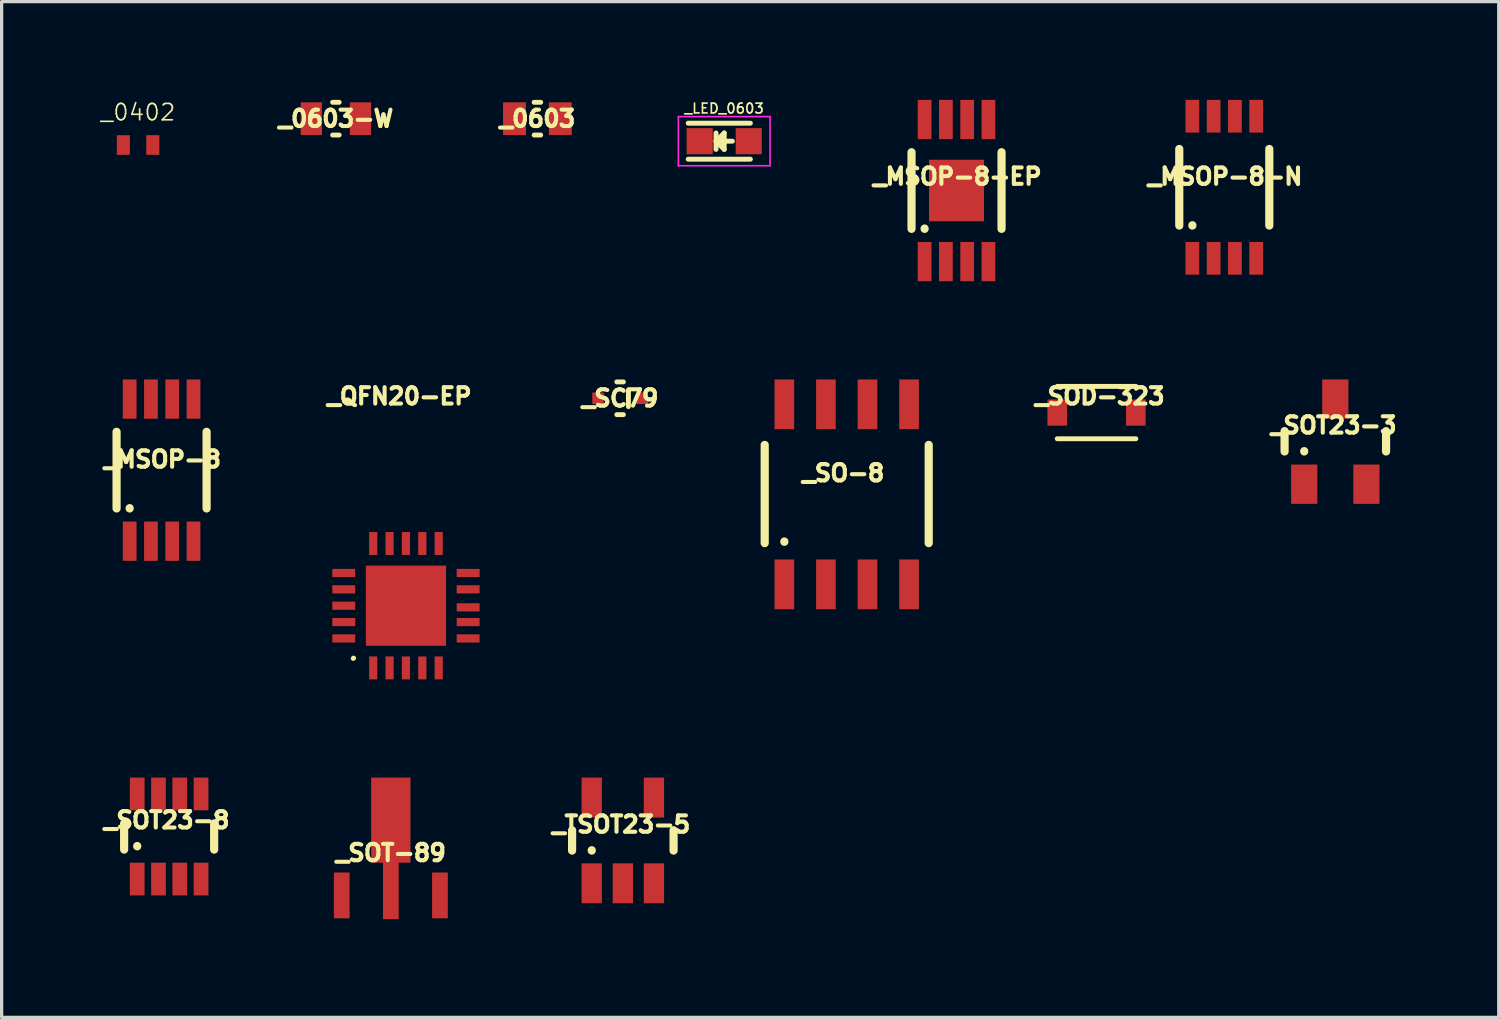
<source format=kicad_pcb>
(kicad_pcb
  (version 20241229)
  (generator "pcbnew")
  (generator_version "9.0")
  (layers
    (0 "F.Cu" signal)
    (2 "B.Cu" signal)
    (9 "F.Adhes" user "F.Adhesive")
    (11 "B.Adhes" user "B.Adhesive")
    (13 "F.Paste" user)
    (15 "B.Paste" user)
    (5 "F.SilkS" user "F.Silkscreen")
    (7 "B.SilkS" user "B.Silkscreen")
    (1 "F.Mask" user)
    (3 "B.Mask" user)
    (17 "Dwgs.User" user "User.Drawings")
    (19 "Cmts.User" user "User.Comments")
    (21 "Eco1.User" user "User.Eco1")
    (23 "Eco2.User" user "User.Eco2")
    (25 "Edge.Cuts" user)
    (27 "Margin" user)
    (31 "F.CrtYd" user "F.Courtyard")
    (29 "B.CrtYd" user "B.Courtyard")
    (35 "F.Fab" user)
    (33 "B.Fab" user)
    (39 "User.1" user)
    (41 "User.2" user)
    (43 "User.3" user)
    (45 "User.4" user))
  (footprint "_LED_0603"
    (layer "F.Cu")
    (at 19.073 1.263)
    (property "Reference" "_LED_0603" (at 0 -1 0) (layer "F.SilkS") (effects (font (size 0.3 0.3) (thickness 0.05))))
    (attr smd)
    (fp_line (start -1.1 -0.55) (end 0.8 -0.55) (stroke (width 0.15) (type solid)) (layer "F.SilkS"))
    (fp_line (start -1.1 0.55) (end 0.8 0.55) (stroke (width 0.15) (type solid)) (layer "F.SilkS"))
    (fp_line (start -0.25 -0.25) (end -0.25 0.25) (stroke (width 0.15) (type solid)) (layer "F.SilkS"))
    (fp_line (start -0.25 0) (end 0 -0.25) (stroke (width 0.15) (type solid)) (layer "F.SilkS"))
    (fp_line (start -0.2 0) (end 0.25 0) (stroke (width 0.15) (type solid)) (layer "F.SilkS"))
    (fp_line (start 0 -0.25) (end 0 0.25) (stroke (width 0.15) (type solid)) (layer "F.SilkS"))
    (fp_line (start 0 0.25) (end -0.25 0) (stroke (width 0.15) (type solid)) (layer "F.SilkS"))
    (fp_line (start -1.4 -0.75) (end 1.4 -0.75) (stroke (width 0.05) (type solid)) (layer "F.CrtYd"))
    (fp_line (start -1.4 0.75) (end -1.4 -0.75) (stroke (width 0.05) (type solid)) (layer "F.CrtYd"))
    (fp_line (start 1.4 -0.75) (end 1.4 0.75) (stroke (width 0.05) (type solid)) (layer "F.CrtYd"))
    (fp_line (start 1.4 0.75) (end -1.4 0.75) (stroke (width 0.05) (type solid)) (layer "F.CrtYd"))
    (pad "1" smd rect (at -0.749 0 180) (size 0.798 0.798) (layers "F.Cu" "F.Mask" "F.Paste"))
    (pad "2" smd rect (at 0.749 0 180) (size 0.798 0.798) (layers "F.Cu" "F.Mask" "F.Paste")))
  (footprint "_SOT-89"
    (layer "F.Cu")
    (at 8.889 23.603)
    (property "Reference" "_SOT-89" (at 0 -0.6 0) (layer "F.SilkS") (effects (font (size 0.5 0.5) (thickness 0.125))))
    (attr through_hole)
    (pad "1" smd rect (at -1.5 0.7) (size 0.48 1.4) (layers "F.Cu" "F.Mask" "F.Paste"))
    (pad "2" smd rect (at 0 -1.6) (size 1.2 2.6) (layers "F.Cu" "F.Mask" "F.Paste"))
    (pad "2" smd rect (at 0 -0.7) (size 0.48 4.25) (layers "F.Cu" "F.Mask" "F.Paste"))
    (pad "3" smd rect (at 1.5 0.7) (size 0.48 1.4) (layers "F.Cu" "F.Mask" "F.Paste")))
  (footprint "_0402"
    (layer "F.Cu")
    (at 1.168 1.38)
    (property "Reference" "_0402" (at 0 -1 0) (layer "F.SilkS") (effects (font (size 0.5 0.5) (thickness 0.05))))
    (attr through_hole)
    (pad "1" smd rect (at -0.45 0) (size 0.4 0.6) (layers "F.Cu" "F.Mask" "F.Paste"))
    (pad "2" smd rect (at 0.45 0) (size 0.4 0.6) (layers "F.Cu" "F.Mask" "F.Paste")))
  (footprint "_SC79"
    (layer "F.Cu")
    (at 15.893 9.116)
    (property "Reference" "_SC79" (at 0 0 0) (layer "F.SilkS") (effects (font (size 0.5 0.5) (thickness 0.125))))
    (attr through_hole)
    (fp_line (start 0.1 -0.5) (end -0.1 -0.5) (stroke (width 0.15) (type solid)) (layer "F.SilkS"))
    (fp_line (start 0.1 0.5) (end -0.1 0.5) (stroke (width 0.15) (type solid)) (layer "F.SilkS"))
    (fp_line (start 0.254 -0.254) (end 0.254 0.254) (stroke (width 0.15) (type solid)) (layer "F.SilkS"))
    (pad "1" smd rect (at -0.675 0) (size 0.35 0.35) (layers "F.Cu" "F.Mask" "F.Paste"))
    (pad "2" smd rect (at 0.675 0) (size 0.35 0.35) (layers "F.Cu" "F.Mask" "F.Paste")))
  (footprint "_0603"
    (layer "F.Cu")
    (at 13.367 0.575)
    (property "Reference" "_0603" (at 0 0 0) (layer "F.SilkS") (effects (font (size 0.5 0.5) (thickness 0.125))))
    (attr through_hole)
    (fp_line (start 0.1 -0.5) (end -0.1 -0.5) (stroke (width 0.15) (type solid)) (layer "F.SilkS"))
    (fp_line (start 0.1 0.5) (end -0.1 0.5) (stroke (width 0.15) (type solid)) (layer "F.SilkS"))
    (pad "1" smd rect (at -0.7 0) (size 0.7 1) (layers "F.Cu" "F.Mask" "F.Paste"))
    (pad "2" smd rect (at 0.7 0) (size 0.7 1) (layers "F.Cu" "F.Mask" "F.Paste")))
  (footprint "_0603-W"
    (layer "F.Cu")
    (at 7.211 0.575)
    (property "Reference" "_0603-W" (at 0 0 0) (layer "F.SilkS") (effects (font (size 0.5 0.5) (thickness 0.125))))
    (attr through_hole)
    (fp_line (start 0.1 -0.5) (end -0.1 -0.5) (stroke (width 0.15) (type solid)) (layer "F.SilkS"))
    (fp_line (start 0.1 0.5) (end -0.1 0.5) (stroke (width 0.15) (type solid)) (layer "F.SilkS"))
    (pad "1" smd rect (at -0.75 0) (size 0.65 1) (layers "F.Cu" "F.Mask" "F.Paste"))
    (pad "2" smd rect (at 0.75 0) (size 0.65 1) (layers "F.Cu" "F.Mask" "F.Paste")))
  (footprint "_MSOP-8-N"
    (layer "F.Cu")
    (at 33.374 4.841)
    (property "Reference" "_MSOP-8-N" (at 1 -2.5 0) (layer "F.SilkS") (effects (font (size 0.5 0.5) (thickness 0.125))))
    (attr through_hole)
    (fp_line (start -0.4 -3.341) (end -0.4 -1) (stroke (width 0.25) (type solid)) (layer "F.SilkS"))
    (fp_line (start 0 -1) (end 0 -1.01) (stroke (width 0.25) (type solid)) (layer "F.SilkS"))
    (fp_line (start 2.35 -3.341) (end 2.35 -1) (stroke (width 0.25) (type solid)) (layer "F.SilkS"))
    (pad "1" smd rect (at 0 0) (size 0.42 1) (layers "F.Cu" "F.Mask" "F.Paste"))
    (pad "2" smd rect (at 0.65 0) (size 0.42 1) (layers "F.Cu" "F.Mask" "F.Paste"))
    (pad "3" smd rect (at 1.3 0) (size 0.42 1) (layers "F.Cu" "F.Mask" "F.Paste"))
    (pad "4" smd rect (at 1.95 0) (size 0.42 1) (layers "F.Cu" "F.Mask" "F.Paste"))
    (pad "5" smd rect (at 1.95 -4.341) (size 0.42 1) (layers "F.Cu" "F.Mask" "F.Paste"))
    (pad "6" smd rect (at 1.3 -4.341) (size 0.42 1) (layers "F.Cu" "F.Mask" "F.Paste"))
    (pad "7" smd rect (at 0.65 -4.341) (size 0.42 1) (layers "F.Cu" "F.Mask" "F.Paste"))
    (pad "8" smd rect (at 0 -4.341) (size 0.42 1) (layers "F.Cu" "F.Mask" "F.Paste")))
  (footprint "_MSOP-8"
    (layer "F.Cu")
    (at 0.911 13.482)
    (property "Reference" "_MSOP-8" (at 1 -2.5 0) (layer "F.SilkS") (effects (font (size 0.5 0.5) (thickness 0.125))))
    (attr through_hole)
    (fp_line (start -0.4 -3.341) (end -0.4 -1) (stroke (width 0.25) (type solid)) (layer "F.SilkS"))
    (fp_line (start 0 -1) (end 0 -1.01) (stroke (width 0.25) (type solid)) (layer "F.SilkS"))
    (fp_line (start 2.35 -3.341) (end 2.35 -1) (stroke (width 0.25) (type solid)) (layer "F.SilkS"))
    (pad "1" smd rect (at 0 0) (size 0.42 1.2) (layers "F.Cu" "F.Mask" "F.Paste"))
    (pad "2" smd rect (at 0.65 0) (size 0.42 1.2) (layers "F.Cu" "F.Mask" "F.Paste"))
    (pad "3" smd rect (at 1.3 0) (size 0.42 1.2) (layers "F.Cu" "F.Mask" "F.Paste"))
    (pad "4" smd rect (at 1.95 0) (size 0.42 1.2) (layers "F.Cu" "F.Mask" "F.Paste"))
    (pad "5" smd rect (at 1.95 -4.341) (size 0.42 1.2) (layers "F.Cu" "F.Mask" "F.Paste"))
    (pad "6" smd rect (at 1.3 -4.341) (size 0.42 1.2) (layers "F.Cu" "F.Mask" "F.Paste"))
    (pad "7" smd rect (at 0.65 -4.341) (size 0.42 1.2) (layers "F.Cu" "F.Mask" "F.Paste"))
    (pad "8" smd rect (at 0 -4.341) (size 0.42 1.2) (layers "F.Cu" "F.Mask" "F.Paste")))
  (footprint "_TSOT23-5"
    (layer "F.Cu")
    (at 15.026 23.933)
    (property "Reference" "_TSOT23-5" (at 0.9 -1.8 0) (layer "F.SilkS") (effects (font (size 0.5 0.5) (thickness 0.125))))
    (attr through_hole)
    (fp_line (start -0.6 -1.62) (end -0.6 -1) (stroke (width 0.25) (type solid)) (layer "F.SilkS"))
    (fp_line (start 0 -1.01) (end 0 -1) (stroke (width 0.25) (type solid)) (layer "F.SilkS"))
    (fp_line (start 2.5 -1.62) (end 2.5 -1) (stroke (width 0.25) (type solid)) (layer "F.SilkS"))
    (pad "1" smd rect (at 0 0) (size 0.62 1.22) (layers "F.Cu" "F.Mask" "F.Paste"))
    (pad "2" smd rect (at 0.95 0) (size 0.62 1.22) (layers "F.Cu" "F.Mask" "F.Paste"))
    (pad "3" smd rect (at 1.9 0) (size 0.62 1.22) (layers "F.Cu" "F.Mask" "F.Paste"))
    (pad "4" smd rect (at 1.9 -2.62) (size 0.62 1.22) (layers "F.Cu" "F.Mask" "F.Paste"))
    (pad "5" smd rect (at 0 -2.62) (size 0.62 1.22) (layers "F.Cu" "F.Mask" "F.Paste")))
  (footprint "_SOT23-3"
    (layer "F.Cu")
    (at 36.791 11.741)
    (property "Reference" "_SOT23-3" (at 0.9 -1.8 0) (layer "F.SilkS") (effects (font (size 0.5 0.5) (thickness 0.125))))
    (attr through_hole)
    (fp_line (start -0.6 -1.62) (end -0.6 -1) (stroke (width 0.25) (type solid)) (layer "F.SilkS"))
    (fp_line (start 0 -1.01) (end 0 -1) (stroke (width 0.25) (type solid)) (layer "F.SilkS"))
    (fp_line (start 2.5 -1.62) (end 2.5 -1) (stroke (width 0.25) (type solid)) (layer "F.SilkS"))
    (pad "1" smd rect (at 0 0) (size 0.8 1.2) (layers "F.Cu" "F.Mask" "F.Paste"))
    (pad "2" smd rect (at 0.95 -2.6) (size 0.8 1.2) (layers "F.Cu" "F.Mask" "F.Paste"))
    (pad "3" smd rect (at 1.9 0) (size 0.8 1.2) (layers "F.Cu" "F.Mask" "F.Paste")))
  (footprint "_SO-8"
    (layer "F.Cu")
    (at 20.91 14.801)
    (property "Reference" "_SO-8" (at 1.8 -3.4 0) (layer "F.SilkS") (effects (font (size 0.5 0.5) (thickness 0.125))))
    (attr through_hole)
    (fp_line (start -0.6 -4.26) (end -0.6 -1.26) (stroke (width 0.25) (type solid)) (layer "F.SilkS"))
    (fp_line (start 0 -1.31) (end 0 -1.3) (stroke (width 0.25) (type solid)) (layer "F.SilkS"))
    (fp_line (start 4.41 -4.26) (end 4.41 -1.26) (stroke (width 0.25) (type solid)) (layer "F.SilkS"))
    (pad "1" smd rect (at 0 0) (size 0.6 1.52) (layers "F.Cu" "F.Mask" "F.Paste"))
    (pad "2" smd rect (at 1.27 0) (size 0.6 1.52) (layers "F.Cu" "F.Mask" "F.Paste"))
    (pad "3" smd rect (at 2.54 0) (size 0.6 1.52) (layers "F.Cu" "F.Mask" "F.Paste"))
    (pad "4" smd rect (at 3.81 0) (size 0.6 1.52) (layers "F.Cu" "F.Mask" "F.Paste"))
    (pad "5" smd rect (at 3.81 -5.5) (size 0.6 1.52) (layers "F.Cu" "F.Mask" "F.Paste"))
    (pad "6" smd rect (at 2.54 -5.5) (size 0.6 1.52) (layers "F.Cu" "F.Mask" "F.Paste"))
    (pad "7" smd rect (at 1.27 -5.5) (size 0.6 1.52) (layers "F.Cu" "F.Mask" "F.Paste"))
    (pad "8" smd rect (at 0 -5.5) (size 0.6 1.52) (layers "F.Cu" "F.Mask" "F.Paste")))
  (footprint "_QFN20-EP"
    (layer "F.Cu")
    (at 9.351 15.453)
    (property "Reference" "_QFN20-EP" (at -0.2 -6.4 0) (layer "F.SilkS") (effects (font (size 0.5 0.5) (thickness 0.125))))
    (attr through_hole)
    (fp_line (start -1.6 1.6) (end -1.61 1.61) (stroke (width 0.15) (type solid)) (layer "F.SilkS"))
    (pad "1" smd rect (at -1 1.9) (size 0.25 0.7) (layers "F.Cu" "F.Mask" "F.Paste"))
    (pad "2" smd rect (at -0.5 1.9) (size 0.25 0.7) (layers "F.Cu" "F.Mask" "F.Paste"))
    (pad "3" smd rect (at 0 1.9) (size 0.25 0.7) (layers "F.Cu" "F.Mask" "F.Paste"))
    (pad "4" smd rect (at 0.5 1.9) (size 0.25 0.7) (layers "F.Cu" "F.Mask" "F.Paste"))
    (pad "5" smd rect (at 1 1.9) (size 0.25 0.7) (layers "F.Cu" "F.Mask" "F.Paste"))
    (pad "6" smd rect (at 1.9 1 90) (size 0.25 0.7) (layers "F.Cu" "F.Mask" "F.Paste"))
    (pad "7" smd rect (at 1.9 0.5 90) (size 0.25 0.7) (layers "F.Cu" "F.Mask" "F.Paste"))
    (pad "8" smd rect (at 1.9 0.05 90) (size 0.25 0.7) (layers "F.Cu" "F.Mask" "F.Paste"))
    (pad "9" smd rect (at 1.9 -0.5 90) (size 0.25 0.7) (layers "F.Cu" "F.Mask" "F.Paste"))
    (pad "10" smd rect (at 1.9 -1 90) (size 0.25 0.7) (layers "F.Cu" "F.Mask" "F.Paste"))
    (pad "11" smd rect (at 1 -1.9) (size 0.25 0.7) (layers "F.Cu" "F.Mask" "F.Paste"))
    (pad "12" smd rect (at 0.5 -1.9) (size 0.25 0.7) (layers "F.Cu" "F.Mask" "F.Paste"))
    (pad "13" smd rect (at 0 -1.9) (size 0.25 0.7) (layers "F.Cu" "F.Mask" "F.Paste"))
    (pad "14" smd rect (at -0.5 -1.9) (size 0.25 0.7) (layers "F.Cu" "F.Mask" "F.Paste"))
    (pad "15" smd rect (at -1 -1.9) (size 0.25 0.7) (layers "F.Cu" "F.Mask" "F.Paste"))
    (pad "16" smd rect (at -1.9 -1 90) (size 0.25 0.7) (layers "F.Cu" "F.Mask" "F.Paste"))
    (pad "17" smd rect (at -1.9 -0.5 90) (size 0.25 0.7) (layers "F.Cu" "F.Mask" "F.Paste"))
    (pad "18" smd rect (at -1.9 0 90) (size 0.25 0.7) (layers "F.Cu" "F.Mask" "F.Paste"))
    (pad "19" smd rect (at -1.9 0.5 90) (size 0.25 0.7) (layers "F.Cu" "F.Mask" "F.Paste"))
    (pad "20" smd rect (at -1.9 1 90) (size 0.25 0.7) (layers "F.Cu" "F.Mask" "F.Paste"))
    (pad "21" smd rect (at 0 0) (size 2.45 2.45) (layers "F.Cu" "F.Mask" "F.Paste")))
  (footprint "_SOT23-8"
    (layer "F.Cu")
    (at 1.142 23.803)
    (property "Reference" "_SOT23-8" (at 0.9 -1.8 0) (layer "F.SilkS") (effects (font (size 0.5 0.5) (thickness 0.125))))
    (attr through_hole)
    (fp_line (start -0.4 -1.7) (end -0.4 -0.9) (stroke (width 0.25) (type solid)) (layer "F.SilkS"))
    (fp_line (start 0 -1) (end 0 -1.01) (stroke (width 0.25) (type solid)) (layer "F.SilkS"))
    (fp_line (start 2.35 -1.7) (end 2.35 -0.9) (stroke (width 0.25) (type solid)) (layer "F.SilkS"))
    (pad "1" smd rect (at 0 0) (size 0.45 1) (layers "F.Cu" "F.Mask" "F.Paste"))
    (pad "2" smd rect (at 0.65 0) (size 0.45 1) (layers "F.Cu" "F.Mask" "F.Paste"))
    (pad "3" smd rect (at 1.3 0) (size 0.45 1) (layers "F.Cu" "F.Mask" "F.Paste"))
    (pad "4" smd rect (at 1.95 0) (size 0.45 1) (layers "F.Cu" "F.Mask" "F.Paste"))
    (pad "5" smd rect (at 1.95 -2.6) (size 0.45 1) (layers "F.Cu" "F.Mask" "F.Paste"))
    (pad "6" smd rect (at 1.3 -2.6) (size 0.45 1) (layers "F.Cu" "F.Mask" "F.Paste"))
    (pad "7" smd rect (at 0.65 -2.6) (size 0.45 1) (layers "F.Cu" "F.Mask" "F.Paste"))
    (pad "8" smd rect (at 0 -2.6) (size 0.45 1) (layers "F.Cu" "F.Mask" "F.Paste")))
  (footprint "_SOD-323"
    (layer "F.Cu")
    (at 30.447 9.553)
    (property "Reference" "_SOD-323" (at 0.1 -0.5 0) (layer "F.SilkS") (effects (font (size 0.5 0.5) (thickness 0.125))))
    (attr through_hole)
    (fp_line (start -1.2 -0.8) (end 1.2 -0.8) (stroke (width 0.15) (type solid)) (layer "F.SilkS"))
    (fp_line (start 1.2 0.8) (end -1.2 0.8) (stroke (width 0.15) (type solid)) (layer "F.SilkS"))
    (pad "1" smd rect (at -1.2 0) (size 0.6 0.8) (layers "F.Cu" "F.Mask" "F.Paste"))
    (pad "2" smd rect (at 1.2 0) (size 0.6 0.8) (layers "F.Cu" "F.Mask" "F.Paste")))
  (footprint "_MSOP-8-EP"
    (layer "F.Cu")
    (at 25.195 4.941)
    (property "Reference" "_MSOP-8-EP" (at 1 -2.6 0) (layer "F.SilkS") (effects (font (size 0.5 0.5) (thickness 0.125))))
    (attr through_hole)
    (fp_line (start -0.4 -3.341) (end -0.4 -1) (stroke (width 0.25) (type solid)) (layer "F.SilkS"))
    (fp_line (start 0 -1) (end 0 -1.01) (stroke (width 0.25) (type solid)) (layer "F.SilkS"))
    (fp_line (start 2.35 -3.341) (end 2.35 -1) (stroke (width 0.25) (type solid)) (layer "F.SilkS"))
    (pad "1" smd rect (at 0 0) (size 0.42 1.2) (layers "F.Cu" "F.Mask" "F.Paste"))
    (pad "2" smd rect (at 0.65 0) (size 0.42 1.2) (layers "F.Cu" "F.Mask" "F.Paste"))
    (pad "3" smd rect (at 1.3 0) (size 0.42 1.2) (layers "F.Cu" "F.Mask" "F.Paste"))
    (pad "4" smd rect (at 1.95 0) (size 0.42 1.2) (layers "F.Cu" "F.Mask" "F.Paste"))
    (pad "5" smd rect (at 1.95 -4.341) (size 0.42 1.2) (layers "F.Cu" "F.Mask" "F.Paste"))
    (pad "6" smd rect (at 1.3 -4.341) (size 0.42 1.2) (layers "F.Cu" "F.Mask" "F.Paste"))
    (pad "7" smd rect (at 0.65 -4.341) (size 0.42 1.2) (layers "F.Cu" "F.Mask" "F.Paste"))
    (pad "8" smd rect (at 0 -4.341) (size 0.42 1.2) (layers "F.Cu" "F.Mask" "F.Paste"))
    (pad "9" smd rect (at 0.975 -2.171) (size 1.68 1.88) (layers "F.Cu" "F.Mask" "F.Paste")))
  (gr_rect
    (start -3 -3)
    (end 42.733 28.028)
    (stroke (width 0.1) (type default))
    (fill no)
    (layer "Edge.Cuts")))
</source>
